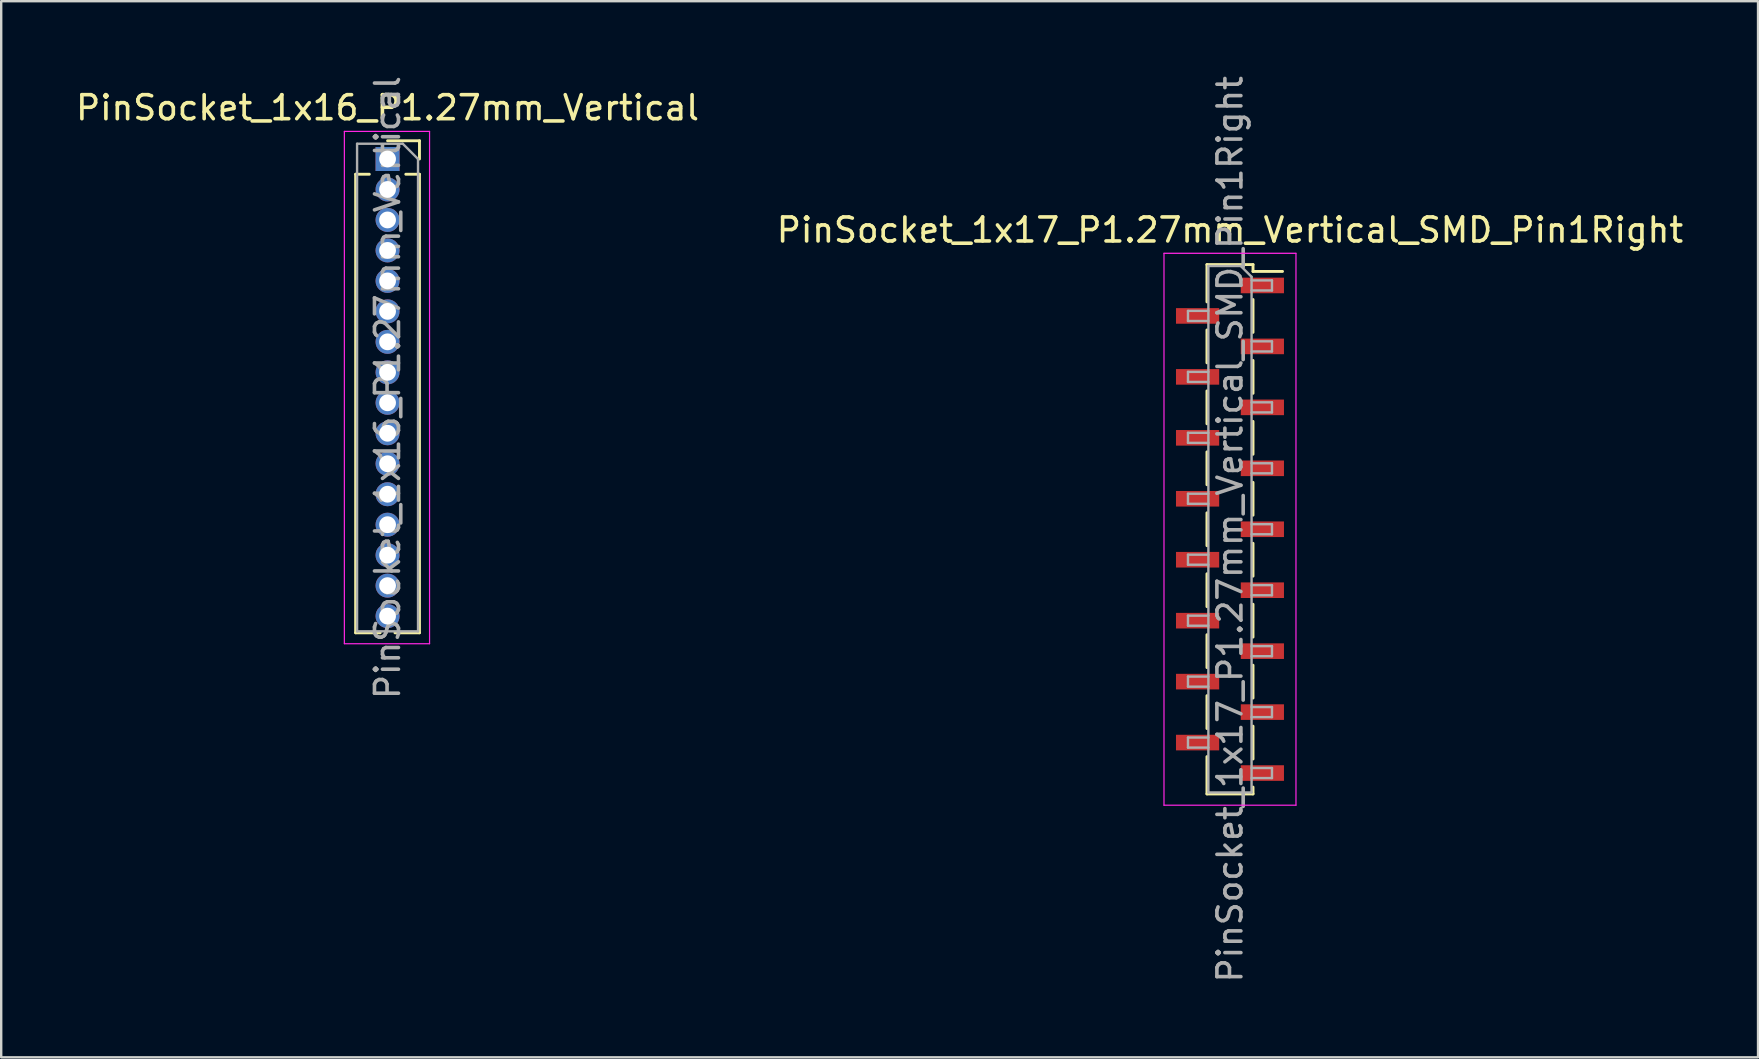
<source format=kicad_pcb>
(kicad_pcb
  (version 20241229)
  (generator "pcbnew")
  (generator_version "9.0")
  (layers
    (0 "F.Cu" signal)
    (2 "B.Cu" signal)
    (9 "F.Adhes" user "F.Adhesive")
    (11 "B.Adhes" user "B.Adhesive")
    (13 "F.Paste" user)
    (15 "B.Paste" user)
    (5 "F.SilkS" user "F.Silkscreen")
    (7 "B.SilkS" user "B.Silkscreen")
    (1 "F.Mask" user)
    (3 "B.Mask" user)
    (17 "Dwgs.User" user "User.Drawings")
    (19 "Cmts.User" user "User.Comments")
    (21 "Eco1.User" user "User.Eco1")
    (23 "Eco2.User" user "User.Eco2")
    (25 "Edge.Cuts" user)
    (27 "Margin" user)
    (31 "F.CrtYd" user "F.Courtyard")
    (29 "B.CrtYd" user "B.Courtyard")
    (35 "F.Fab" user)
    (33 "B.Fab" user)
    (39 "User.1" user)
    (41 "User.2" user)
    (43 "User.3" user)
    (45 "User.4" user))
  (footprint "PinSocket_1x17_P1.27mm_Vertical_SMD_Pin1Right"
    (layer "F.Cu")
    (at 48.208 19.006)
    (property "Reference" "PinSocket_1x17_P1.27mm_Vertical_SMD_Pin1Right" (at 0 -12.47 0) (layer "F.SilkS") (effects (font (size 1 1) (thickness 0.15))))
    (attr smd)
    (fp_line (start -0.96 -11.03) (end -0.96 -9.475) (stroke (width 0.12) (type solid)) (layer "F.SilkS"))
    (fp_line (start -0.96 -11.03) (end 0.96 -11.03) (stroke (width 0.12) (type solid)) (layer "F.SilkS"))
    (fp_line (start -0.96 -8.305) (end -0.96 -6.935) (stroke (width 0.12) (type solid)) (layer "F.SilkS"))
    (fp_line (start -0.96 -5.765) (end -0.96 -4.395) (stroke (width 0.12) (type solid)) (layer "F.SilkS"))
    (fp_line (start -0.96 -3.225) (end -0.96 -1.855) (stroke (width 0.12) (type solid)) (layer "F.SilkS"))
    (fp_line (start -0.96 -0.685) (end -0.96 0.685) (stroke (width 0.12) (type solid)) (layer "F.SilkS"))
    (fp_line (start -0.96 1.855) (end -0.96 3.225) (stroke (width 0.12) (type solid)) (layer "F.SilkS"))
    (fp_line (start -0.96 4.395) (end -0.96 5.765) (stroke (width 0.12) (type solid)) (layer "F.SilkS"))
    (fp_line (start -0.96 6.935) (end -0.96 8.305) (stroke (width 0.12) (type solid)) (layer "F.SilkS"))
    (fp_line (start -0.96 9.475) (end -0.96 11.03) (stroke (width 0.12) (type solid)) (layer "F.SilkS"))
    (fp_line (start -0.96 11.03) (end 0.96 11.03) (stroke (width 0.12) (type solid)) (layer "F.SilkS"))
    (fp_line (start 0.96 -11.03) (end 0.96 -10.745) (stroke (width 0.12) (type solid)) (layer "F.SilkS"))
    (fp_line (start 0.96 -10.745) (end 2.19 -10.745) (stroke (width 0.12) (type solid)) (layer "F.SilkS"))
    (fp_line (start 0.96 -9.575) (end 0.96 -8.205) (stroke (width 0.12) (type solid)) (layer "F.SilkS"))
    (fp_line (start 0.96 -7.035) (end 0.96 -5.665) (stroke (width 0.12) (type solid)) (layer "F.SilkS"))
    (fp_line (start 0.96 -4.495) (end 0.96 -3.125) (stroke (width 0.12) (type solid)) (layer "F.SilkS"))
    (fp_line (start 0.96 -1.955) (end 0.96 -0.585) (stroke (width 0.12) (type solid)) (layer "F.SilkS"))
    (fp_line (start 0.96 0.585) (end 0.96 1.955) (stroke (width 0.12) (type solid)) (layer "F.SilkS"))
    (fp_line (start 0.96 3.125) (end 0.96 4.495) (stroke (width 0.12) (type solid)) (layer "F.SilkS"))
    (fp_line (start 0.96 5.665) (end 0.96 7.035) (stroke (width 0.12) (type solid)) (layer "F.SilkS"))
    (fp_line (start 0.96 8.205) (end 0.96 9.575) (stroke (width 0.12) (type solid)) (layer "F.SilkS"))
    (fp_line (start 0.96 10.745) (end 0.96 11.03) (stroke (width 0.12) (type solid)) (layer "F.SilkS"))
    (fp_line (start -2.75 -11.5) (end 2.75 -11.5) (stroke (width 0.05) (type solid)) (layer "F.CrtYd"))
    (fp_line (start -2.75 11.5) (end -2.75 -11.5) (stroke (width 0.05) (type solid)) (layer "F.CrtYd"))
    (fp_line (start 2.75 -11.5) (end 2.75 11.5) (stroke (width 0.05) (type solid)) (layer "F.CrtYd"))
    (fp_line (start 2.75 11.5) (end -2.75 11.5) (stroke (width 0.05) (type solid)) (layer "F.CrtYd"))
    (fp_line (start -1.75 -9.1) (end -0.9 -9.1) (stroke (width 0.1) (type solid)) (layer "F.Fab"))
    (fp_line (start -1.75 -8.68) (end -1.75 -9.1) (stroke (width 0.1) (type solid)) (layer "F.Fab"))
    (fp_line (start -1.75 -6.56) (end -0.9 -6.56) (stroke (width 0.1) (type solid)) (layer "F.Fab"))
    (fp_line (start -1.75 -6.14) (end -1.75 -6.56) (stroke (width 0.1) (type solid)) (layer "F.Fab"))
    (fp_line (start -1.75 -4.02) (end -0.9 -4.02) (stroke (width 0.1) (type solid)) (layer "F.Fab"))
    (fp_line (start -1.75 -3.6) (end -1.75 -4.02) (stroke (width 0.1) (type solid)) (layer "F.Fab"))
    (fp_line (start -1.75 -1.48) (end -0.9 -1.48) (stroke (width 0.1) (type solid)) (layer "F.Fab"))
    (fp_line (start -1.75 -1.06) (end -1.75 -1.48) (stroke (width 0.1) (type solid)) (layer "F.Fab"))
    (fp_line (start -1.75 1.06) (end -0.9 1.06) (stroke (width 0.1) (type solid)) (layer "F.Fab"))
    (fp_line (start -1.75 1.48) (end -1.75 1.06) (stroke (width 0.1) (type solid)) (layer "F.Fab"))
    (fp_line (start -1.75 3.6) (end -0.9 3.6) (stroke (width 0.1) (type solid)) (layer "F.Fab"))
    (fp_line (start -1.75 4.02) (end -1.75 3.6) (stroke (width 0.1) (type solid)) (layer "F.Fab"))
    (fp_line (start -1.75 6.14) (end -0.9 6.14) (stroke (width 0.1) (type solid)) (layer "F.Fab"))
    (fp_line (start -1.75 6.56) (end -1.75 6.14) (stroke (width 0.1) (type solid)) (layer "F.Fab"))
    (fp_line (start -1.75 8.68) (end -0.9 8.68) (stroke (width 0.1) (type solid)) (layer "F.Fab"))
    (fp_line (start -1.75 9.1) (end -1.75 8.68) (stroke (width 0.1) (type solid)) (layer "F.Fab"))
    (fp_line (start -0.9 -10.97) (end 0.45 -10.97) (stroke (width 0.1) (type solid)) (layer "F.Fab"))
    (fp_line (start -0.9 -8.68) (end -1.75 -8.68) (stroke (width 0.1) (type solid)) (layer "F.Fab"))
    (fp_line (start -0.9 -6.14) (end -1.75 -6.14) (stroke (width 0.1) (type solid)) (layer "F.Fab"))
    (fp_line (start -0.9 -3.6) (end -1.75 -3.6) (stroke (width 0.1) (type solid)) (layer "F.Fab"))
    (fp_line (start -0.9 -1.06) (end -1.75 -1.06) (stroke (width 0.1) (type solid)) (layer "F.Fab"))
    (fp_line (start -0.9 1.48) (end -1.75 1.48) (stroke (width 0.1) (type solid)) (layer "F.Fab"))
    (fp_line (start -0.9 4.02) (end -1.75 4.02) (stroke (width 0.1) (type solid)) (layer "F.Fab"))
    (fp_line (start -0.9 6.56) (end -1.75 6.56) (stroke (width 0.1) (type solid)) (layer "F.Fab"))
    (fp_line (start -0.9 9.1) (end -1.75 9.1) (stroke (width 0.1) (type solid)) (layer "F.Fab"))
    (fp_line (start -0.9 10.97) (end -0.9 -10.97) (stroke (width 0.1) (type solid)) (layer "F.Fab"))
    (fp_line (start 0.45 -10.97) (end 0.9 -10.52) (stroke (width 0.1) (type solid)) (layer "F.Fab"))
    (fp_line (start 0.9 -10.52) (end 0.9 10.97) (stroke (width 0.1) (type solid)) (layer "F.Fab"))
    (fp_line (start 0.9 -10.37) (end 1.75 -10.37) (stroke (width 0.1) (type solid)) (layer "F.Fab"))
    (fp_line (start 0.9 -7.83) (end 1.75 -7.83) (stroke (width 0.1) (type solid)) (layer "F.Fab"))
    (fp_line (start 0.9 -5.29) (end 1.75 -5.29) (stroke (width 0.1) (type solid)) (layer "F.Fab"))
    (fp_line (start 0.9 -2.75) (end 1.75 -2.75) (stroke (width 0.1) (type solid)) (layer "F.Fab"))
    (fp_line (start 0.9 -0.21) (end 1.75 -0.21) (stroke (width 0.1) (type solid)) (layer "F.Fab"))
    (fp_line (start 0.9 2.33) (end 1.75 2.33) (stroke (width 0.1) (type solid)) (layer "F.Fab"))
    (fp_line (start 0.9 4.87) (end 1.75 4.87) (stroke (width 0.1) (type solid)) (layer "F.Fab"))
    (fp_line (start 0.9 7.41) (end 1.75 7.41) (stroke (width 0.1) (type solid)) (layer "F.Fab"))
    (fp_line (start 0.9 9.95) (end 1.75 9.95) (stroke (width 0.1) (type solid)) (layer "F.Fab"))
    (fp_line (start 0.9 10.97) (end -0.9 10.97) (stroke (width 0.1) (type solid)) (layer "F.Fab"))
    (fp_line (start 1.75 -10.37) (end 1.75 -9.95) (stroke (width 0.1) (type solid)) (layer "F.Fab"))
    (fp_line (start 1.75 -9.95) (end 0.9 -9.95) (stroke (width 0.1) (type solid)) (layer "F.Fab"))
    (fp_line (start 1.75 -7.83) (end 1.75 -7.41) (stroke (width 0.1) (type solid)) (layer "F.Fab"))
    (fp_line (start 1.75 -7.41) (end 0.9 -7.41) (stroke (width 0.1) (type solid)) (layer "F.Fab"))
    (fp_line (start 1.75 -5.29) (end 1.75 -4.87) (stroke (width 0.1) (type solid)) (layer "F.Fab"))
    (fp_line (start 1.75 -4.87) (end 0.9 -4.87) (stroke (width 0.1) (type solid)) (layer "F.Fab"))
    (fp_line (start 1.75 -2.75) (end 1.75 -2.33) (stroke (width 0.1) (type solid)) (layer "F.Fab"))
    (fp_line (start 1.75 -2.33) (end 0.9 -2.33) (stroke (width 0.1) (type solid)) (layer "F.Fab"))
    (fp_line (start 1.75 -0.21) (end 1.75 0.21) (stroke (width 0.1) (type solid)) (layer "F.Fab"))
    (fp_line (start 1.75 0.21) (end 0.9 0.21) (stroke (width 0.1) (type solid)) (layer "F.Fab"))
    (fp_line (start 1.75 2.33) (end 1.75 2.75) (stroke (width 0.1) (type solid)) (layer "F.Fab"))
    (fp_line (start 1.75 2.75) (end 0.9 2.75) (stroke (width 0.1) (type solid)) (layer "F.Fab"))
    (fp_line (start 1.75 4.87) (end 1.75 5.29) (stroke (width 0.1) (type solid)) (layer "F.Fab"))
    (fp_line (start 1.75 5.29) (end 0.9 5.29) (stroke (width 0.1) (type solid)) (layer "F.Fab"))
    (fp_line (start 1.75 7.41) (end 1.75 7.83) (stroke (width 0.1) (type solid)) (layer "F.Fab"))
    (fp_line (start 1.75 7.83) (end 0.9 7.83) (stroke (width 0.1) (type solid)) (layer "F.Fab"))
    (fp_line (start 1.75 9.95) (end 1.75 10.37) (stroke (width 0.1) (type solid)) (layer "F.Fab"))
    (fp_line (start 1.75 10.37) (end 0.9 10.37) (stroke (width 0.1) (type solid)) (layer "F.Fab"))
    (fp_text user "${REFERENCE}" (at 0 0 90) (layer "F.Fab") (effects (font (size 1 1) (thickness 0.15))))
    (pad "1" smd rect (at 1.35 -10.16) (size 1.8 0.65) (layers "F.Cu" "F.Mask" "F.Paste"))
    (pad "2" smd rect (at -1.35 -8.89) (size 1.8 0.65) (layers "F.Cu" "F.Mask" "F.Paste"))
    (pad "3" smd rect (at 1.35 -7.62) (size 1.8 0.65) (layers "F.Cu" "F.Mask" "F.Paste"))
    (pad "4" smd rect (at -1.35 -6.35) (size 1.8 0.65) (layers "F.Cu" "F.Mask" "F.Paste"))
    (pad "5" smd rect (at 1.35 -5.08) (size 1.8 0.65) (layers "F.Cu" "F.Mask" "F.Paste"))
    (pad "6" smd rect (at -1.35 -3.81) (size 1.8 0.65) (layers "F.Cu" "F.Mask" "F.Paste"))
    (pad "7" smd rect (at 1.35 -2.54) (size 1.8 0.65) (layers "F.Cu" "F.Mask" "F.Paste"))
    (pad "8" smd rect (at -1.35 -1.27) (size 1.8 0.65) (layers "F.Cu" "F.Mask" "F.Paste"))
    (pad "9" smd rect (at 1.35 0) (size 1.8 0.65) (layers "F.Cu" "F.Mask" "F.Paste"))
    (pad "10" smd rect (at -1.35 1.27) (size 1.8 0.65) (layers "F.Cu" "F.Mask" "F.Paste"))
    (pad "11" smd rect (at 1.35 2.54) (size 1.8 0.65) (layers "F.Cu" "F.Mask" "F.Paste"))
    (pad "12" smd rect (at -1.35 3.81) (size 1.8 0.65) (layers "F.Cu" "F.Mask" "F.Paste"))
    (pad "13" smd rect (at 1.35 5.08) (size 1.8 0.65) (layers "F.Cu" "F.Mask" "F.Paste"))
    (pad "14" smd rect (at -1.35 6.35) (size 1.8 0.65) (layers "F.Cu" "F.Mask" "F.Paste"))
    (pad "15" smd rect (at 1.35 7.62) (size 1.8 0.65) (layers "F.Cu" "F.Mask" "F.Paste"))
    (pad "16" smd rect (at -1.35 8.89) (size 1.8 0.65) (layers "F.Cu" "F.Mask" "F.Paste"))
    (pad "17" smd rect (at 1.35 10.16) (size 1.8 0.65) (layers "F.Cu" "F.Mask" "F.Paste")))
  (footprint "PinSocket_1x16_P1.27mm_Vertical"
    (layer "F.Cu")
    (at 13.101 3.576)
    (property "Reference" "PinSocket_1x16_P1.27mm_Vertical" (at 0 -2.135 0) (layer "F.SilkS") (effects (font (size 1 1) (thickness 0.15))))
    (attr through_hole)
    (fp_line (start -1.33 0.635) (end -1.33 19.745) (stroke (width 0.12) (type solid)) (layer "F.SilkS"))
    (fp_line (start -1.33 0.635) (end -0.76 0.635) (stroke (width 0.12) (type solid)) (layer "F.SilkS"))
    (fp_line (start -1.33 19.745) (end -0.308 19.745) (stroke (width 0.12) (type solid)) (layer "F.SilkS"))
    (fp_line (start 0 -0.76) (end 1.33 -0.76) (stroke (width 0.12) (type solid)) (layer "F.SilkS"))
    (fp_line (start 0.308 19.745) (end 1.33 19.745) (stroke (width 0.12) (type solid)) (layer "F.SilkS"))
    (fp_line (start 0.76 0.635) (end 1.33 0.635) (stroke (width 0.12) (type solid)) (layer "F.SilkS"))
    (fp_line (start 1.33 -0.76) (end 1.33 0) (stroke (width 0.12) (type solid)) (layer "F.SilkS"))
    (fp_line (start 1.33 0.635) (end 1.33 19.745) (stroke (width 0.12) (type solid)) (layer "F.SilkS"))
    (fp_line (start -1.8 -1.15) (end 1.75 -1.15) (stroke (width 0.05) (type solid)) (layer "F.CrtYd"))
    (fp_line (start -1.8 20.2) (end -1.8 -1.15) (stroke (width 0.05) (type solid)) (layer "F.CrtYd"))
    (fp_line (start 1.75 -1.15) (end 1.75 20.2) (stroke (width 0.05) (type solid)) (layer "F.CrtYd"))
    (fp_line (start 1.75 20.2) (end -1.8 20.2) (stroke (width 0.05) (type solid)) (layer "F.CrtYd"))
    (fp_line (start -1.27 -0.635) (end 0.635 -0.635) (stroke (width 0.1) (type solid)) (layer "F.Fab"))
    (fp_line (start -1.27 19.685) (end -1.27 -0.635) (stroke (width 0.1) (type solid)) (layer "F.Fab"))
    (fp_line (start 0.635 -0.635) (end 1.27 0) (stroke (width 0.1) (type solid)) (layer "F.Fab"))
    (fp_line (start 1.27 0) (end 1.27 19.685) (stroke (width 0.1) (type solid)) (layer "F.Fab"))
    (fp_line (start 1.27 19.685) (end -1.27 19.685) (stroke (width 0.1) (type solid)) (layer "F.Fab"))
    (fp_text user "${REFERENCE}" (at 0 9.525 90) (layer "F.Fab") (effects (font (size 1 1) (thickness 0.15))))
    (pad "1" thru_hole rect (at 0 0) (size 1 1) (drill 0.7) (layers "*.Cu" "*.Mask"))
    (pad "2" thru_hole oval (at 0 1.27) (size 1 1) (drill 0.7) (layers "*.Cu" "*.Mask"))
    (pad "3" thru_hole oval (at 0 2.54) (size 1 1) (drill 0.7) (layers "*.Cu" "*.Mask"))
    (pad "4" thru_hole oval (at 0 3.81) (size 1 1) (drill 0.7) (layers "*.Cu" "*.Mask"))
    (pad "5" thru_hole oval (at 0 5.08) (size 1 1) (drill 0.7) (layers "*.Cu" "*.Mask"))
    (pad "6" thru_hole oval (at 0 6.35) (size 1 1) (drill 0.7) (layers "*.Cu" "*.Mask"))
    (pad "7" thru_hole oval (at 0 7.62) (size 1 1) (drill 0.7) (layers "*.Cu" "*.Mask"))
    (pad "8" thru_hole oval (at 0 8.89) (size 1 1) (drill 0.7) (layers "*.Cu" "*.Mask"))
    (pad "9" thru_hole oval (at 0 10.16) (size 1 1) (drill 0.7) (layers "*.Cu" "*.Mask"))
    (pad "10" thru_hole oval (at 0 11.43) (size 1 1) (drill 0.7) (layers "*.Cu" "*.Mask"))
    (pad "11" thru_hole oval (at 0 12.7) (size 1 1) (drill 0.7) (layers "*.Cu" "*.Mask"))
    (pad "12" thru_hole oval (at 0 13.97) (size 1 1) (drill 0.7) (layers "*.Cu" "*.Mask"))
    (pad "13" thru_hole oval (at 0 15.24) (size 1 1) (drill 0.7) (layers "*.Cu" "*.Mask"))
    (pad "14" thru_hole oval (at 0 16.51) (size 1 1) (drill 0.7) (layers "*.Cu" "*.Mask"))
    (pad "15" thru_hole oval (at 0 17.78) (size 1 1) (drill 0.7) (layers "*.Cu" "*.Mask"))
    (pad "16" thru_hole oval (at 0 19.05) (size 1 1) (drill 0.7) (layers "*.Cu" "*.Mask")))
  (gr_rect
    (start -3 -3)
    (end 70.214 41.012)
    (stroke (width 0.1) (type default))
    (fill no)
    (layer "Edge.Cuts")))
</source>
